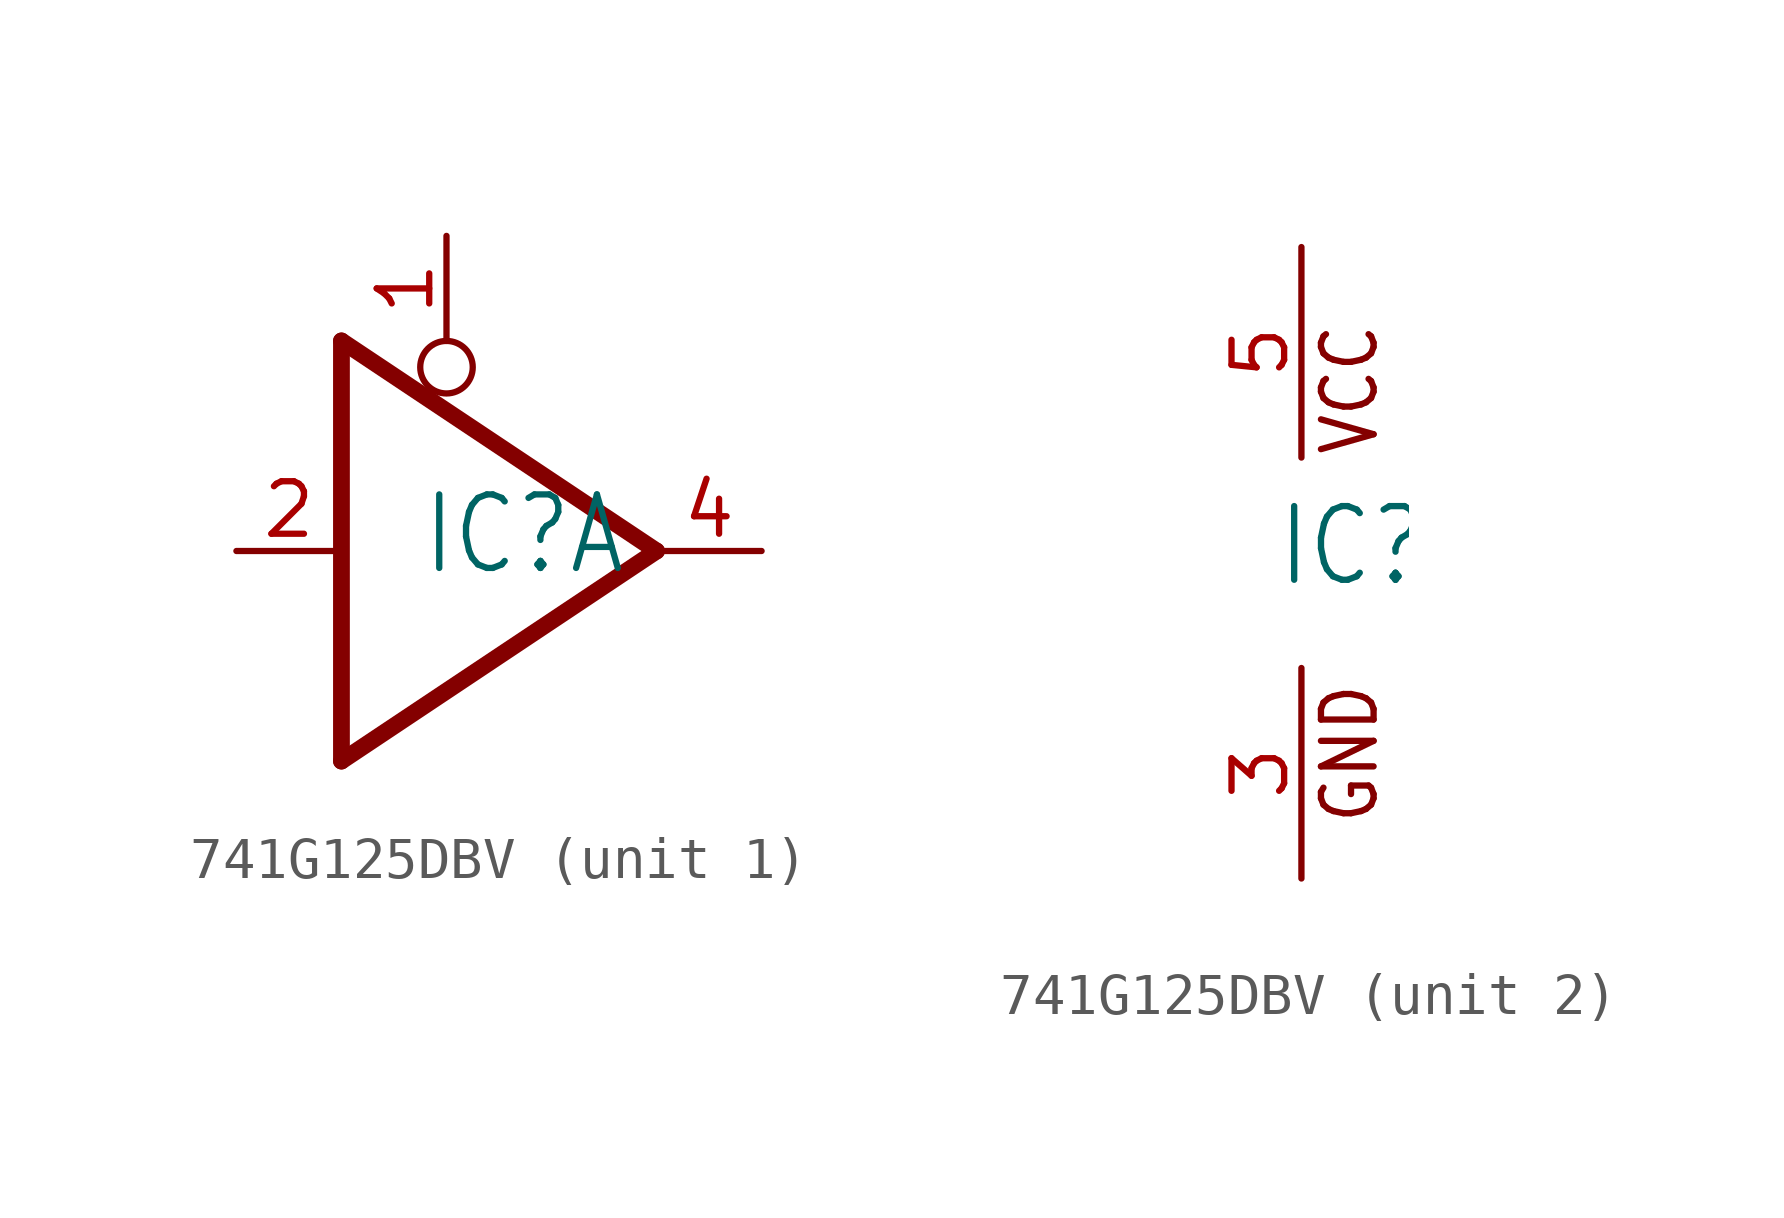
<source format=kicad_sym>
(kicad_symbol_lib
  (version 20211014)
  (generator kicad_symbol_editor)
  (symbol "741G125DBV"
    (property "Reference" "IC"
      (at -0.635 -0.635 0)
      (effects (font (size 1.778 1.511)) (justify left bottom)))
    (property "ki_locked" ""
      (at 0 0 0)
      (effects (font (size 1.27 1.27))))
    (symbol "741G125DBV_1_0"
      (polyline (pts (xy -2.54 -5.08) (xy -2.54 5.08)) (stroke (width 0.406) (type default) (color 0 0 0 0)) (fill (type none)))
      (polyline (pts (xy 5.08 0) (xy -2.54 -5.08)) (stroke (width 0.406) (type default) (color 0 0 0 0)) (fill (type none)))
      (polyline (pts (xy 5.08 0) (xy -2.54 5.08)) (stroke (width 0.406) (type default) (color 0 0 0 0)) (fill (type none)))
      (circle (center 0 4.445) (radius 0.635) (stroke (width 0.152) (type default) (color 0 0 0 0)) (fill (type none)))
      (pin input line (at 0 7.62 270) (length 2.54) (name "OE" (effects (font (size 0 0)))) (number "1" (effects (font (size 1.27 1.27)))))
      (pin input line (at -5.08 0 0) (length 2.54) (name "I" (effects (font (size 0 0)))) (number "2" (effects (font (size 1.27 1.27)))))
      (pin tri_state line (at 7.62 0 180) (length 2.54) (name "O" (effects (font (size 0 0)))) (number "4" (effects (font (size 1.27 1.27))))))
    (symbol "741G125DBV_2_0"
      (text "GND" (at 1.905 -6.35 900) (effects (font (size 1.27 1.079)) (justify left bottom)))
      (text "VCC" (at 1.905 2.54 900) (effects (font (size 1.27 1.079)) (justify left bottom)))
      (pin power_in line (at 0 -7.62 90) (length 5.08) (name "GND" (effects (font (size 0 0)))) (number "3" (effects (font (size 1.27 1.27)))))
      (pin power_in line (at 0 7.62 270) (length 5.08) (name "VCC" (effects (font (size 0 0)))) (number "5" (effects (font (size 1.27 1.27))))))))
</source>
